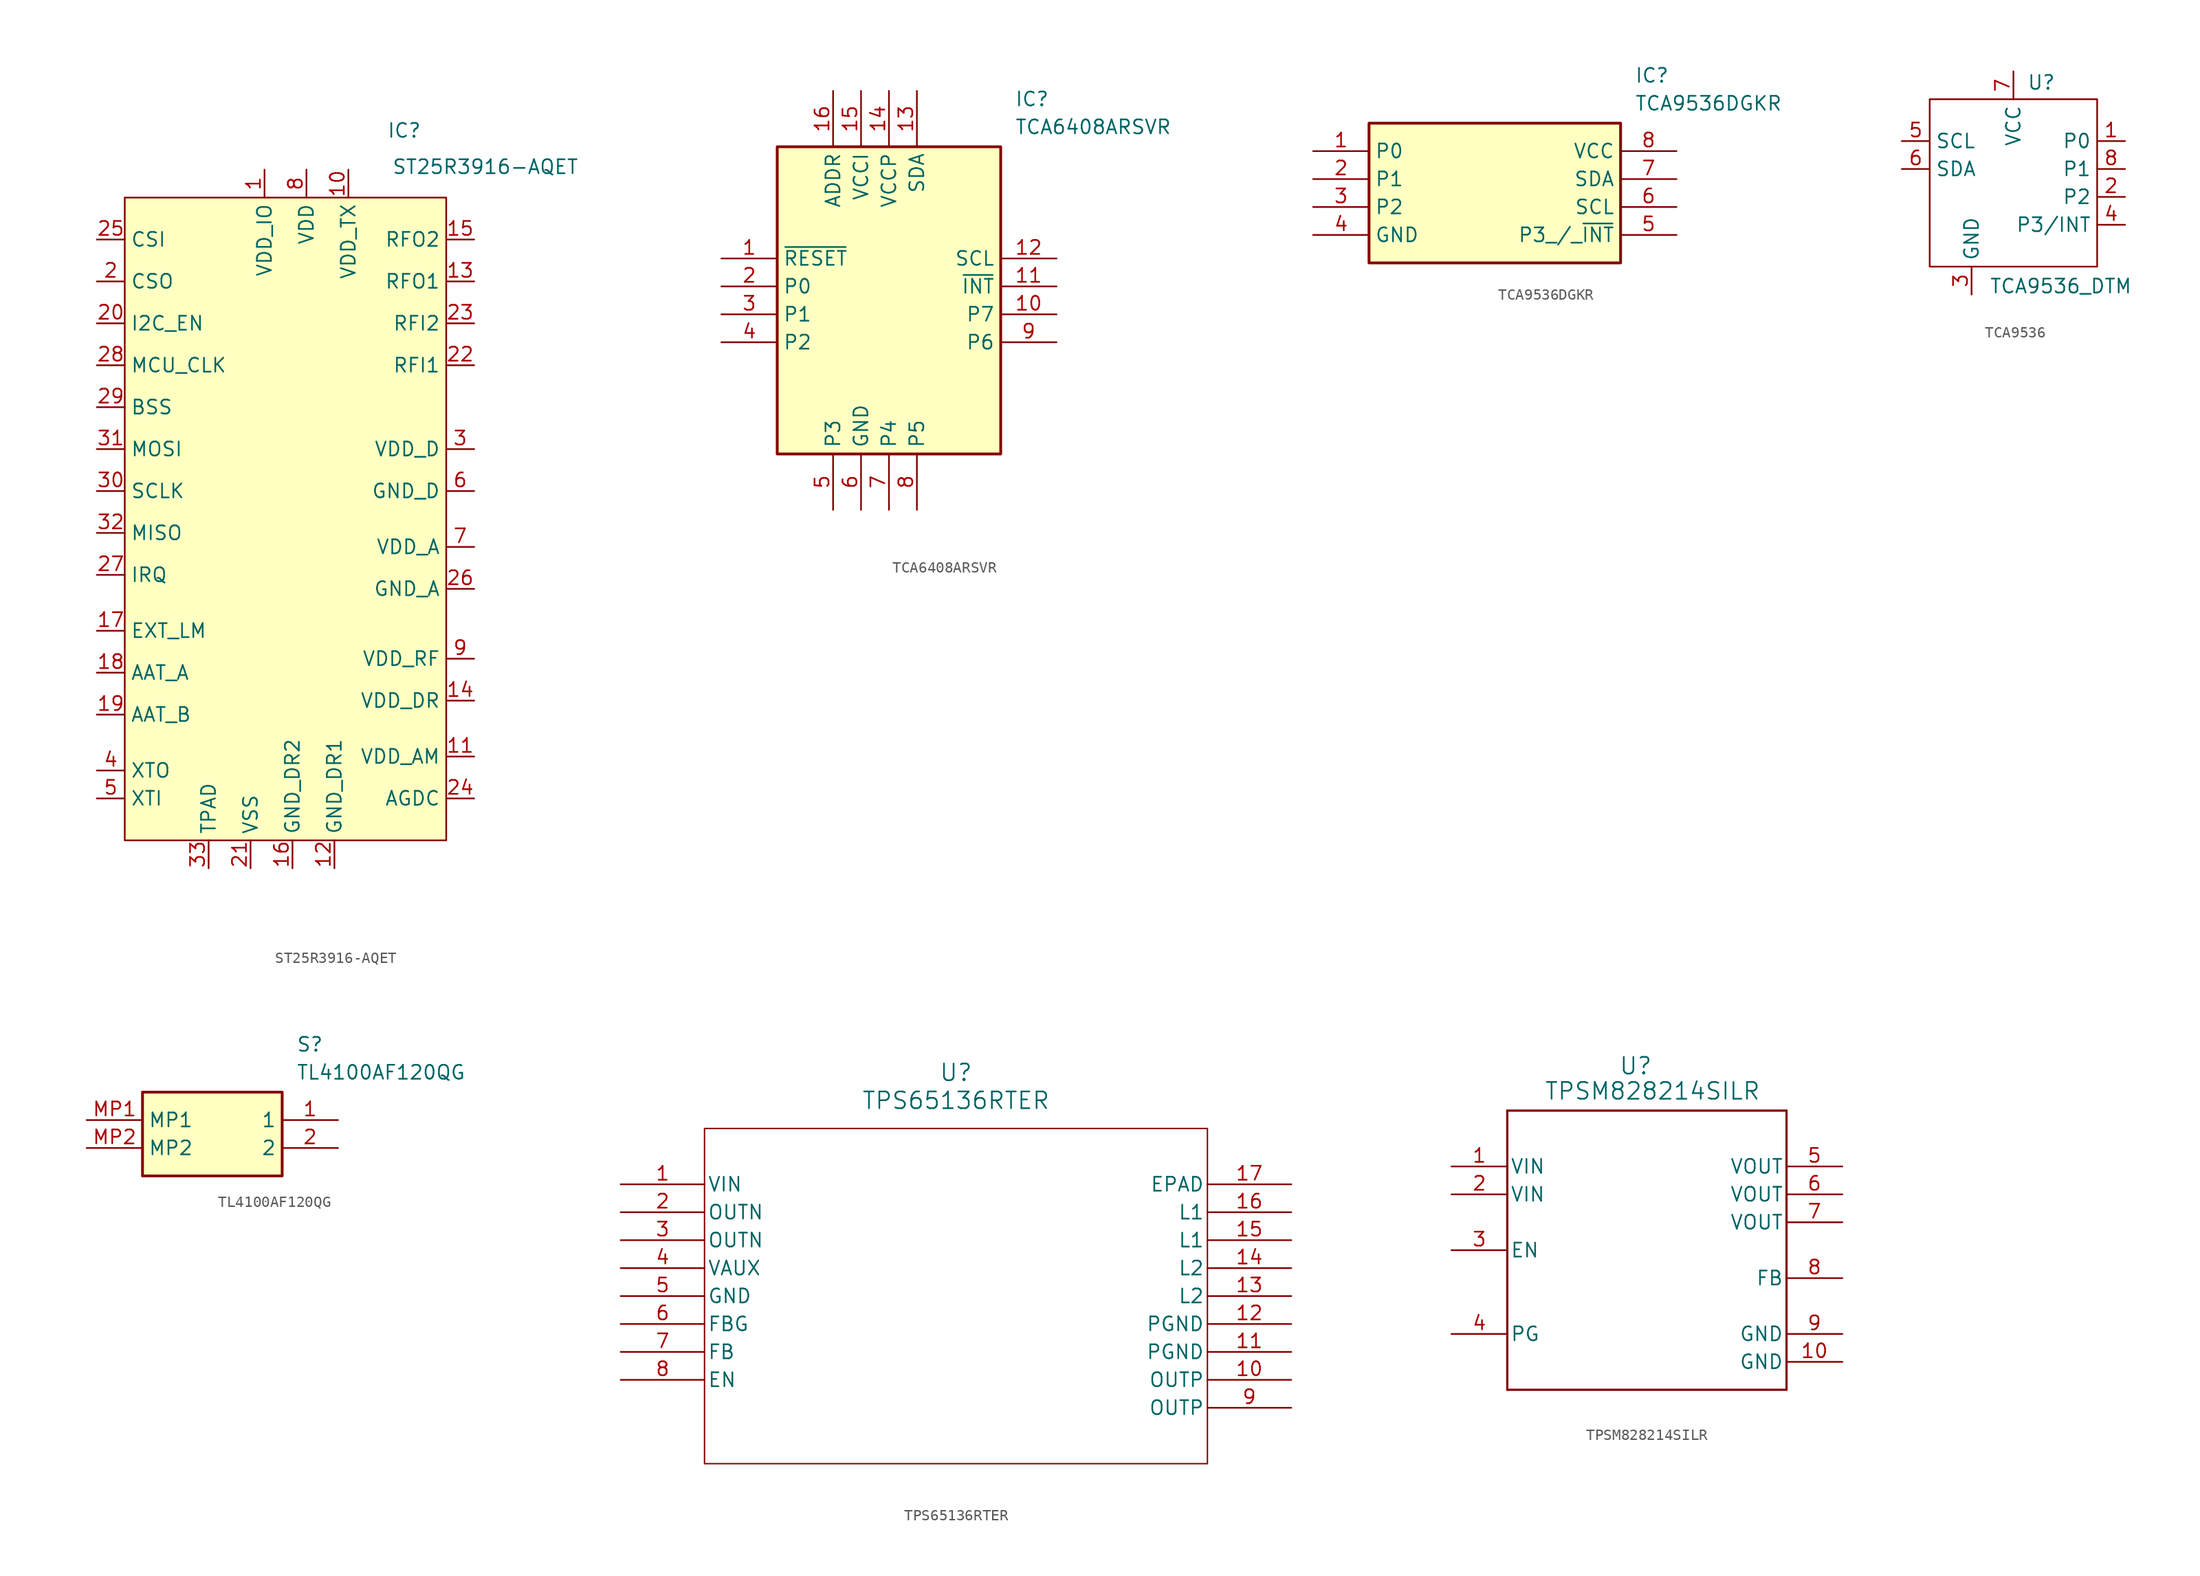
<source format=kicad_sym>
(kicad_symbol_lib
  (version 20231120)
  (generator "kicad_symbol_editor")
  (generator_version "8.0")
  (symbol "ST25R3916-AQET"
    (property "Reference" "IC"
      (at 10.16 35.306 0)
      (effects (font (size 1.27 1.27))))
    (property "Value" "ST25R3916-AQET"
      (at 17.526 32.004 0)
      (effects (font (size 1.27 1.27))))
    (symbol "ST25R3916-AQET_1_1"
      (rectangle (start -15.24 29.21) (end 13.97 -29.21) (stroke (width 0) (type default)) (fill (type background)))
      (pin power_in line (at -2.54 31.75 270) (length 2.54) (name "VDD_IO" (effects (font (size 1.27 1.27)))) (number "1" (effects (font (size 1.27 1.27)))))
      (pin power_in line (at 5.08 31.75 270) (length 2.54) (name "VDD_TX" (effects (font (size 1.27 1.27)))) (number "10" (effects (font (size 1.27 1.27)))))
      (pin power_out line (at 16.51 -21.59 180) (length 2.54) (name "VDD_AM" (effects (font (size 1.27 1.27)))) (number "11" (effects (font (size 1.27 1.27)))))
      (pin power_in line (at 3.81 -31.75 90) (length 2.54) (name "GND_DR1" (effects (font (size 1.27 1.27)))) (number "12" (effects (font (size 1.27 1.27)))))
      (pin output line (at 16.51 21.59 180) (length 2.54) (name "RFO1" (effects (font (size 1.27 1.27)))) (number "13" (effects (font (size 1.27 1.27)))))
      (pin power_in line (at 16.51 -16.51 180) (length 2.54) (name "VDD_DR" (effects (font (size 1.27 1.27)))) (number "14" (effects (font (size 1.27 1.27)))))
      (pin output line (at 16.51 25.4 180) (length 2.54) (name "RFO2" (effects (font (size 1.27 1.27)))) (number "15" (effects (font (size 1.27 1.27)))))
      (pin power_in line (at 0 -31.75 90) (length 2.54) (name "GND_DR2" (effects (font (size 1.27 1.27)))) (number "16" (effects (font (size 1.27 1.27)))))
      (pin output line (at -17.78 -10.16 0) (length 2.54) (name "EXT_LM" (effects (font (size 1.27 1.27)))) (number "17" (effects (font (size 1.27 1.27)))))
      (pin output line (at -17.78 -13.97 0) (length 2.54) (name "AAT_A" (effects (font (size 1.27 1.27)))) (number "18" (effects (font (size 1.27 1.27)))))
      (pin output line (at -17.78 -17.78 0) (length 2.54) (name "AAT_B" (effects (font (size 1.27 1.27)))) (number "19" (effects (font (size 1.27 1.27)))))
      (pin output line (at -17.78 21.59 0) (length 2.54) (name "CSO" (effects (font (size 1.27 1.27)))) (number "2" (effects (font (size 1.27 1.27)))))
      (pin input line (at -17.78 17.78 0) (length 2.54) (name "I2C_EN" (effects (font (size 1.27 1.27)))) (number "20" (effects (font (size 1.27 1.27)))))
      (pin power_out line (at -3.81 -31.75 90) (length 2.54) (name "VSS" (effects (font (size 1.27 1.27)))) (number "21" (effects (font (size 1.27 1.27)))))
      (pin input line (at 16.51 13.97 180) (length 2.54) (name "RFI1" (effects (font (size 1.27 1.27)))) (number "22" (effects (font (size 1.27 1.27)))))
      (pin input line (at 16.51 17.78 180) (length 2.54) (name "RFI2" (effects (font (size 1.27 1.27)))) (number "23" (effects (font (size 1.27 1.27)))))
      (pin bidirectional line (at 16.51 -25.4 180) (length 2.54) (name "AGDC" (effects (font (size 1.27 1.27)))) (number "24" (effects (font (size 1.27 1.27)))))
      (pin bidirectional line (at -17.78 25.4 0) (length 2.54) (name "CSI" (effects (font (size 1.27 1.27)))) (number "25" (effects (font (size 1.27 1.27)))))
      (pin power_in line (at 16.51 -6.35 180) (length 2.54) (name "GND_A" (effects (font (size 1.27 1.27)))) (number "26" (effects (font (size 1.27 1.27)))))
      (pin output line (at -17.78 -5.08 0) (length 2.54) (name "IRQ" (effects (font (size 1.27 1.27)))) (number "27" (effects (font (size 1.27 1.27)))))
      (pin output line (at -17.78 13.97 0) (length 2.54) (name "MCU_CLK" (effects (font (size 1.27 1.27)))) (number "28" (effects (font (size 1.27 1.27)))))
      (pin input line (at -17.78 10.16 0) (length 2.54) (name "BSS" (effects (font (size 1.27 1.27)))) (number "29" (effects (font (size 1.27 1.27)))))
      (pin power_out line (at 16.51 6.35 180) (length 2.54) (name "VDD_D" (effects (font (size 1.27 1.27)))) (number "3" (effects (font (size 1.27 1.27)))))
      (pin input line (at -17.78 2.54 0) (length 2.54) (name "SCLK" (effects (font (size 1.27 1.27)))) (number "30" (effects (font (size 1.27 1.27)))))
      (pin input line (at -17.78 6.35 0) (length 2.54) (name "MOSI" (effects (font (size 1.27 1.27)))) (number "31" (effects (font (size 1.27 1.27)))))
      (pin input line (at -17.78 -1.27 0) (length 2.54) (name "MISO" (effects (font (size 1.27 1.27)))) (number "32" (effects (font (size 1.27 1.27)))))
      (pin power_in line (at -7.62 -31.75 90) (length 2.54) (name "TPAD" (effects (font (size 1.27 1.27)))) (number "33" (effects (font (size 1.27 1.27)))))
      (pin output line (at -17.78 -22.86 0) (length 2.54) (name "XTO" (effects (font (size 1.27 1.27)))) (number "4" (effects (font (size 1.27 1.27)))))
      (pin bidirectional line (at -17.78 -25.4 0) (length 2.54) (name "XTI" (effects (font (size 1.27 1.27)))) (number "5" (effects (font (size 1.27 1.27)))))
      (pin input line (at 16.51 2.54 180) (length 2.54) (name "GND_D" (effects (font (size 1.27 1.27)))) (number "6" (effects (font (size 1.27 1.27)))))
      (pin power_out line (at 16.51 -2.54 180) (length 2.54) (name "VDD_A" (effects (font (size 1.27 1.27)))) (number "7" (effects (font (size 1.27 1.27)))))
      (pin power_in line (at 1.27 31.75 270) (length 2.54) (name "VDD" (effects (font (size 1.27 1.27)))) (number "8" (effects (font (size 1.27 1.27)))))
      (pin power_out line (at 16.51 -12.7 180) (length 2.54) (name "VDD_RF" (effects (font (size 1.27 1.27)))) (number "9" (effects (font (size 1.27 1.27)))))))
  (symbol "TCA6408ARSVR"
    (property "Reference" "IC"
      (at 26.67 15.24 0)
      (effects (font (size 1.27 1.27)) (justify left top)))
    (property "Value" "TCA6408ARSVR"
      (at 26.67 12.7 0)
      (effects (font (size 1.27 1.27)) (justify left top)))
    (symbol "TCA6408ARSVR_1_1"
      (rectangle (start 5.08 10.16) (end 25.4 -17.78) (stroke (width 0.254) (type default)) (fill (type background)))
      (pin passive line (at 0 0 0) (length 5.08) (name "~{RESET}" (effects (font (size 1.27 1.27)))) (number "1" (effects (font (size 1.27 1.27)))))
      (pin passive line (at 30.48 -5.08 180) (length 5.08) (name "P7" (effects (font (size 1.27 1.27)))) (number "10" (effects (font (size 1.27 1.27)))))
      (pin passive line (at 30.48 -2.54 180) (length 5.08) (name "~{INT}" (effects (font (size 1.27 1.27)))) (number "11" (effects (font (size 1.27 1.27)))))
      (pin passive line (at 30.48 0 180) (length 5.08) (name "SCL" (effects (font (size 1.27 1.27)))) (number "12" (effects (font (size 1.27 1.27)))))
      (pin passive line (at 17.78 15.24 270) (length 5.08) (name "SDA" (effects (font (size 1.27 1.27)))) (number "13" (effects (font (size 1.27 1.27)))))
      (pin passive line (at 15.24 15.24 270) (length 5.08) (name "VCCP" (effects (font (size 1.27 1.27)))) (number "14" (effects (font (size 1.27 1.27)))))
      (pin passive line (at 12.7 15.24 270) (length 5.08) (name "VCCI" (effects (font (size 1.27 1.27)))) (number "15" (effects (font (size 1.27 1.27)))))
      (pin passive line (at 10.16 15.24 270) (length 5.08) (name "ADDR" (effects (font (size 1.27 1.27)))) (number "16" (effects (font (size 1.27 1.27)))))
      (pin passive line (at 0 -2.54 0) (length 5.08) (name "P0" (effects (font (size 1.27 1.27)))) (number "2" (effects (font (size 1.27 1.27)))))
      (pin passive line (at 0 -5.08 0) (length 5.08) (name "P1" (effects (font (size 1.27 1.27)))) (number "3" (effects (font (size 1.27 1.27)))))
      (pin passive line (at 0 -7.62 0) (length 5.08) (name "P2" (effects (font (size 1.27 1.27)))) (number "4" (effects (font (size 1.27 1.27)))))
      (pin passive line (at 10.16 -22.86 90) (length 5.08) (name "P3" (effects (font (size 1.27 1.27)))) (number "5" (effects (font (size 1.27 1.27)))))
      (pin passive line (at 12.7 -22.86 90) (length 5.08) (name "GND" (effects (font (size 1.27 1.27)))) (number "6" (effects (font (size 1.27 1.27)))))
      (pin passive line (at 15.24 -22.86 90) (length 5.08) (name "P4" (effects (font (size 1.27 1.27)))) (number "7" (effects (font (size 1.27 1.27)))))
      (pin passive line (at 17.78 -22.86 90) (length 5.08) (name "P5" (effects (font (size 1.27 1.27)))) (number "8" (effects (font (size 1.27 1.27)))))
      (pin passive line (at 30.48 -7.62 180) (length 5.08) (name "P6" (effects (font (size 1.27 1.27)))) (number "9" (effects (font (size 1.27 1.27)))))))
  (symbol "TCA9536DGKR"
    (property "Reference" "IC"
      (at 29.21 7.62 0)
      (effects (font (size 1.27 1.27)) (justify left top)))
    (property "Value" "TCA9536DGKR"
      (at 29.21 5.08 0)
      (effects (font (size 1.27 1.27)) (justify left top)))
    (symbol "TCA9536DGKR_1_1"
      (rectangle (start 5.08 2.54) (end 27.94 -10.16) (stroke (width 0.254) (type default)) (fill (type background)))
      (pin passive line (at 0 0 0) (length 5.08) (name "P0" (effects (font (size 1.27 1.27)))) (number "1" (effects (font (size 1.27 1.27)))))
      (pin passive line (at 0 -2.54 0) (length 5.08) (name "P1" (effects (font (size 1.27 1.27)))) (number "2" (effects (font (size 1.27 1.27)))))
      (pin passive line (at 0 -5.08 0) (length 5.08) (name "P2" (effects (font (size 1.27 1.27)))) (number "3" (effects (font (size 1.27 1.27)))))
      (pin passive line (at 0 -7.62 0) (length 5.08) (name "GND" (effects (font (size 1.27 1.27)))) (number "4" (effects (font (size 1.27 1.27)))))
      (pin passive line (at 33.02 -7.62 180) (length 5.08) (name "P3_/_~{INT}" (effects (font (size 1.27 1.27)))) (number "5" (effects (font (size 1.27 1.27)))))
      (pin passive line (at 33.02 -5.08 180) (length 5.08) (name "SCL" (effects (font (size 1.27 1.27)))) (number "6" (effects (font (size 1.27 1.27)))))
      (pin passive line (at 33.02 -2.54 180) (length 5.08) (name "SDA" (effects (font (size 1.27 1.27)))) (number "7" (effects (font (size 1.27 1.27)))))
      (pin passive line (at 33.02 0 180) (length 5.08) (name "VCC" (effects (font (size 1.27 1.27)))) (number "8" (effects (font (size 1.27 1.27)))))))
  (symbol "TCA9536"
    (property "Reference" "U"
      (at 53.34 -4.826 0)
      (effects (font (size 1.27 1.27))))
    (property "Value" "TCA9536_DTM"
      (at 55.118 -23.368 0)
      (effects (font (size 1.27 1.27))))
    (symbol "TCA9536_0_1"
      (rectangle (start 43.18 -6.35) (end 58.42 -21.59) (stroke (width 0) (type default)) (fill (type none))))
    (symbol "TCA9536_1_1"
      (pin bidirectional line (at 60.96 -10.16 180) (length 2.54) (name "P0" (effects (font (size 1.27 1.27)))) (number "1" (effects (font (size 1.27 1.27)))))
      (pin bidirectional line (at 60.96 -15.24 180) (length 2.54) (name "P2" (effects (font (size 1.27 1.27)))) (number "2" (effects (font (size 1.27 1.27)))))
      (pin power_in line (at 46.99 -24.13 90) (length 2.54) (name "GND" (effects (font (size 1.27 1.27)))) (number "3" (effects (font (size 1.27 1.27)))))
      (pin bidirectional line (at 60.96 -17.78 180) (length 2.54) (name "P3/INT" (effects (font (size 1.27 1.27)))) (number "4" (effects (font (size 1.27 1.27)))))
      (pin bidirectional line (at 40.64 -10.16 0) (length 2.54) (name "SCL" (effects (font (size 1.27 1.27)))) (number "5" (effects (font (size 1.27 1.27)))))
      (pin bidirectional line (at 40.64 -12.7 0) (length 2.54) (name "SDA" (effects (font (size 1.27 1.27)))) (number "6" (effects (font (size 1.27 1.27)))))
      (pin power_in line (at 50.8 -3.81 270) (length 2.54) (name "VCC" (effects (font (size 1.27 1.27)))) (number "7" (effects (font (size 1.27 1.27)))))
      (pin bidirectional line (at 60.96 -12.7 180) (length 2.54) (name "P1" (effects (font (size 1.27 1.27)))) (number "8" (effects (font (size 1.27 1.27)))))))
  (symbol "TL4100AF120QG"
    (property "Reference" "S"
      (at 19.05 7.62 0)
      (effects (font (size 1.27 1.27)) (justify left top)))
    (property "Value" "TL4100AF120QG"
      (at 19.05 5.08 0)
      (effects (font (size 1.27 1.27)) (justify left top)))
    (symbol "TL4100AF120QG_1_1"
      (rectangle (start 5.08 2.54) (end 17.78 -5.08) (stroke (width 0.254) (type default)) (fill (type background)))
      (pin passive line (at 22.86 0 180) (length 5.08) (name "1" (effects (font (size 1.27 1.27)))) (number "1" (effects (font (size 1.27 1.27)))))
      (pin passive line (at 22.86 -2.54 180) (length 5.08) (name "2" (effects (font (size 1.27 1.27)))) (number "2" (effects (font (size 1.27 1.27)))))
      (pin passive line (at 0 0 0) (length 5.08) (name "MP1" (effects (font (size 1.27 1.27)))) (number "MP1" (effects (font (size 1.27 1.27)))))
      (pin passive line (at 0 -2.54 0) (length 5.08) (name "MP2" (effects (font (size 1.27 1.27)))) (number "MP2" (effects (font (size 1.27 1.27)))))))
  (symbol "TPS65136RTER"
    (pin_names
      (offset 0.254))
    (property "Reference" "U"
      (at 30.48 10.16 0)
      (effects (font (size 1.524 1.524))))
    (property "Value" "TPS65136RTER"
      (at 30.48 7.62 0)
      (effects (font (size 1.524 1.524))))
    (symbol "TPS65136RTER_0_1"
      (polyline (pts (xy 7.62 -25.4) (xy 53.34 -25.4)) (stroke (width 0.127) (type default)) (fill (type none)))
      (polyline (pts (xy 7.62 5.08) (xy 7.62 -25.4)) (stroke (width 0.127) (type default)) (fill (type none)))
      (polyline (pts (xy 53.34 -25.4) (xy 53.34 5.08)) (stroke (width 0.127) (type default)) (fill (type none)))
      (polyline (pts (xy 53.34 5.08) (xy 7.62 5.08)) (stroke (width 0.127) (type default)) (fill (type none)))
      (pin input line (at 0 0 0) (length 7.62) (name "VIN" (effects (font (size 1.27 1.27)))) (number "1" (effects (font (size 1.27 1.27)))))
      (pin output line (at 60.96 -17.78 180) (length 7.62) (name "OUTP" (effects (font (size 1.27 1.27)))) (number "10" (effects (font (size 1.27 1.27)))))
      (pin power_in line (at 60.96 -15.24 180) (length 7.62) (name "PGND" (effects (font (size 1.27 1.27)))) (number "11" (effects (font (size 1.27 1.27)))))
      (pin power_in line (at 60.96 -12.7 180) (length 7.62) (name "PGND" (effects (font (size 1.27 1.27)))) (number "12" (effects (font (size 1.27 1.27)))))
      (pin bidirectional line (at 60.96 -10.16 180) (length 7.62) (name "L2" (effects (font (size 1.27 1.27)))) (number "13" (effects (font (size 1.27 1.27)))))
      (pin bidirectional line (at 60.96 -7.62 180) (length 7.62) (name "L2" (effects (font (size 1.27 1.27)))) (number "14" (effects (font (size 1.27 1.27)))))
      (pin bidirectional line (at 60.96 -5.08 180) (length 7.62) (name "L1" (effects (font (size 1.27 1.27)))) (number "15" (effects (font (size 1.27 1.27)))))
      (pin bidirectional line (at 60.96 -2.54 180) (length 7.62) (name "L1" (effects (font (size 1.27 1.27)))) (number "16" (effects (font (size 1.27 1.27)))))
      (pin unspecified line (at 60.96 0 180) (length 7.62) (name "EPAD" (effects (font (size 1.27 1.27)))) (number "17" (effects (font (size 1.27 1.27)))))
      (pin output line (at 0 -2.54 0) (length 7.62) (name "OUTN" (effects (font (size 1.27 1.27)))) (number "2" (effects (font (size 1.27 1.27)))))
      (pin output line (at 0 -5.08 0) (length 7.62) (name "OUTN" (effects (font (size 1.27 1.27)))) (number "3" (effects (font (size 1.27 1.27)))))
      (pin bidirectional line (at 0 -7.62 0) (length 7.62) (name "VAUX" (effects (font (size 1.27 1.27)))) (number "4" (effects (font (size 1.27 1.27)))))
      (pin power_in line (at 0 -10.16 0) (length 7.62) (name "GND" (effects (font (size 1.27 1.27)))) (number "5" (effects (font (size 1.27 1.27)))))
      (pin input line (at 0 -12.7 0) (length 7.62) (name "FBG" (effects (font (size 1.27 1.27)))) (number "6" (effects (font (size 1.27 1.27)))))
      (pin input line (at 0 -15.24 0) (length 7.62) (name "FB" (effects (font (size 1.27 1.27)))) (number "7" (effects (font (size 1.27 1.27)))))
      (pin input line (at 0 -17.78 0) (length 7.62) (name "EN" (effects (font (size 1.27 1.27)))) (number "8" (effects (font (size 1.27 1.27)))))
      (pin output line (at 60.96 -20.32 180) (length 7.62) (name "OUTP" (effects (font (size 1.27 1.27)))) (number "9" (effects (font (size 1.27 1.27)))))))
  (symbol "TPSM828214SILR"
    (pin_names
      (offset 0.254))
    (property "Reference" "U"
      (at 16.764 9.144 0)
      (effects (font (size 1.524 1.524))))
    (property "Value" "TPSM828214SILR"
      (at 18.288 6.858 0)
      (effects (font (size 1.524 1.524))))
    (symbol "TPSM828214SILR_0_1"
      (polyline (pts (xy 5.08 -20.32) (xy 30.48 -20.32)) (stroke (width 0.203) (type default)) (fill (type none)))
      (polyline (pts (xy 5.08 5.08) (xy 5.08 -20.32)) (stroke (width 0.203) (type default)) (fill (type none)))
      (polyline (pts (xy 30.48 -20.32) (xy 30.48 5.08)) (stroke (width 0.203) (type default)) (fill (type none)))
      (polyline (pts (xy 30.48 5.08) (xy 5.08 5.08)) (stroke (width 0.203) (type default)) (fill (type none)))
      (pin power_in line (at 0 0 0) (length 5.08) (name "VIN" (effects (font (size 1.27 1.27)))) (number "1" (effects (font (size 1.27 1.27)))))
      (pin power_in line (at 35.56 -17.78 180) (length 5.08) (name "GND" (effects (font (size 1.27 1.27)))) (number "10" (effects (font (size 1.27 1.27)))))
      (pin power_in line (at 0 -2.54 0) (length 5.08) (name "VIN" (effects (font (size 1.27 1.27)))) (number "2" (effects (font (size 1.27 1.27)))))
      (pin input line (at 0 -7.62 0) (length 5.08) (name "EN" (effects (font (size 1.27 1.27)))) (number "3" (effects (font (size 1.27 1.27)))))
      (pin open_collector line (at 0 -15.24 0) (length 5.08) (name "PG" (effects (font (size 1.27 1.27)))) (number "4" (effects (font (size 1.27 1.27)))))
      (pin unspecified line (at 35.56 0 180) (length 5.08) (name "VOUT" (effects (font (size 1.27 1.27)))) (number "5" (effects (font (size 1.27 1.27)))))
      (pin unspecified line (at 35.56 -2.54 180) (length 5.08) (name "VOUT" (effects (font (size 1.27 1.27)))) (number "6" (effects (font (size 1.27 1.27)))))
      (pin unspecified line (at 35.56 -5.08 180) (length 5.08) (name "VOUT" (effects (font (size 1.27 1.27)))) (number "7" (effects (font (size 1.27 1.27)))))
      (pin unspecified line (at 35.56 -10.16 180) (length 5.08) (name "FB" (effects (font (size 1.27 1.27)))) (number "8" (effects (font (size 1.27 1.27)))))
      (pin power_in line (at 35.56 -15.24 180) (length 5.08) (name "GND" (effects (font (size 1.27 1.27)))) (number "9" (effects (font (size 1.27 1.27))))))))
</source>
